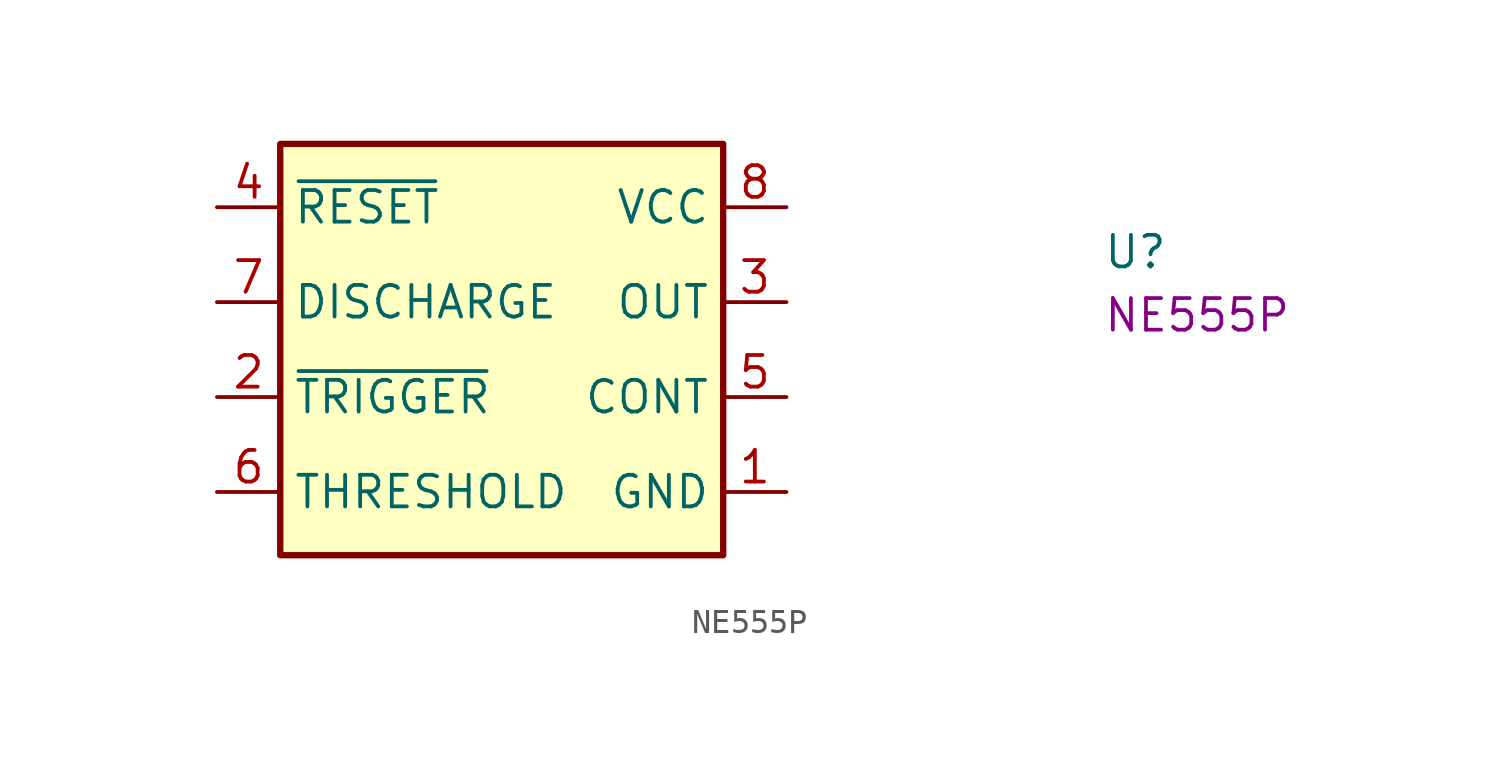
<source format=kicad_sym>
(kicad_symbol_lib
  (version 20220914)
  (generator kicad_symbol_editor)
  (symbol "NE555P"
    (property "Reference" "U"
      (at 35.56 -2.54 0)
      (effects (font (size 1.27 1.27) (thickness 0.15)) (justify left bottom)))
    (property "MPN" "NE555P"
      (at 35.56 -5.08 0)
      (effects (font (size 1.27 1.27) (thickness 0.15)) (justify left bottom)))
    (symbol "NE555P_1_1"
      (rectangle (start 2.54 2.54) (end 20.32 -13.97) (stroke (width 0.254) (type default)) (fill (type background)))
      (pin power_in line (at 22.86 -11.43 180) (length 2.54) (name "GND" (effects (font (size 1.27 1.27)))) (number "1" (effects (font (size 1.27 1.27)))))
      (pin input line (at 0 -7.62 0) (length 2.54) (name "~{TRIGGER}" (effects (font (size 1.27 1.27)))) (number "2" (effects (font (size 1.27 1.27)))))
      (pin output line (at 22.86 -3.81 180) (length 2.54) (name "OUT" (effects (font (size 1.27 1.27)))) (number "3" (effects (font (size 1.27 1.27)))))
      (pin input line (at 0 0 0) (length 2.54) (name "~{RESET}" (effects (font (size 1.27 1.27)))) (number "4" (effects (font (size 1.27 1.27)))))
      (pin input line (at 22.86 -7.62 180) (length 2.54) (name "CONT" (effects (font (size 1.27 1.27)))) (number "5" (effects (font (size 1.27 1.27)))))
      (pin input line (at 0 -11.43 0) (length 2.54) (name "THRESHOLD" (effects (font (size 1.27 1.27)))) (number "6" (effects (font (size 1.27 1.27)))))
      (pin output line (at 0 -3.81 0) (length 2.54) (name "DISCHARGE" (effects (font (size 1.27 1.27)))) (number "7" (effects (font (size 1.27 1.27)))))
      (pin power_in line (at 22.86 0 180) (length 2.54) (name "VCC" (effects (font (size 1.27 1.27)))) (number "8" (effects (font (size 1.27 1.27))))))))
</source>
